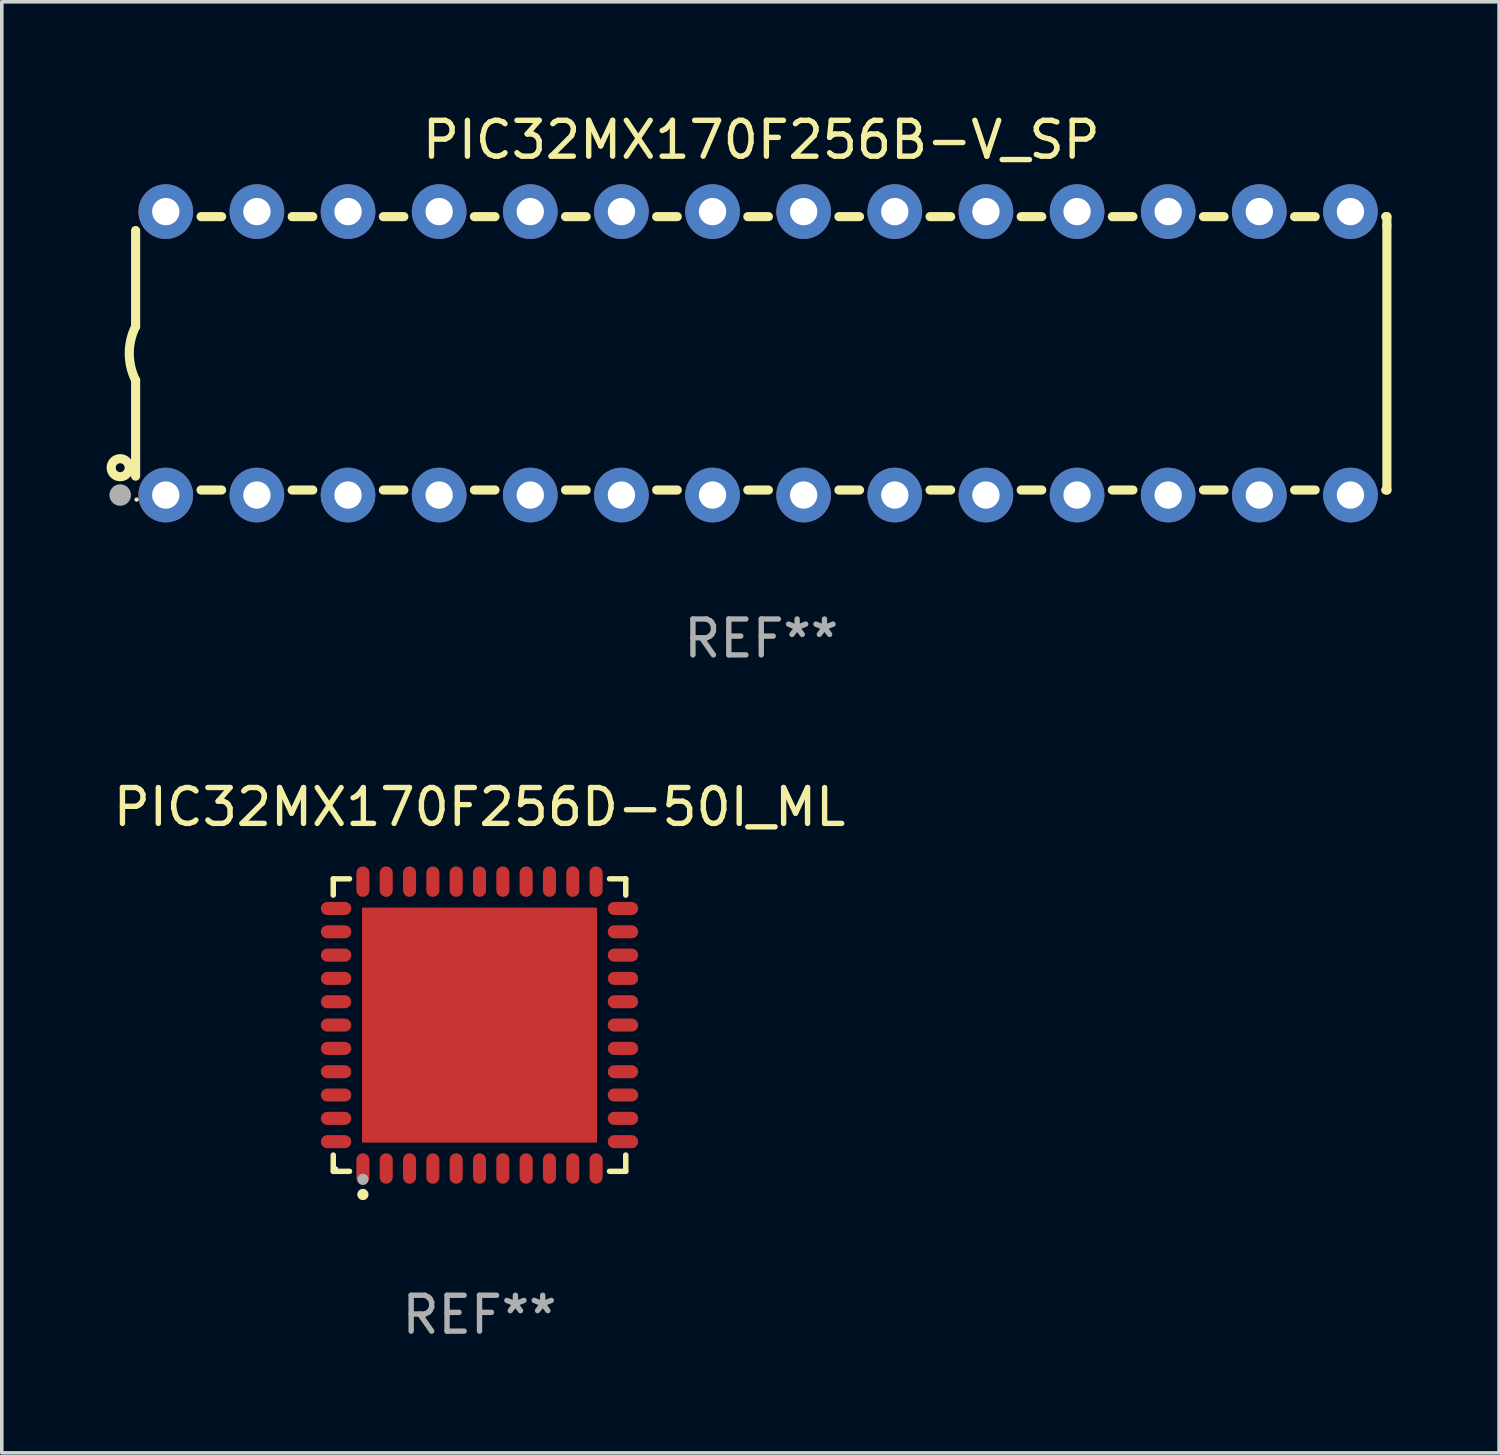
<source format=kicad_pcb>
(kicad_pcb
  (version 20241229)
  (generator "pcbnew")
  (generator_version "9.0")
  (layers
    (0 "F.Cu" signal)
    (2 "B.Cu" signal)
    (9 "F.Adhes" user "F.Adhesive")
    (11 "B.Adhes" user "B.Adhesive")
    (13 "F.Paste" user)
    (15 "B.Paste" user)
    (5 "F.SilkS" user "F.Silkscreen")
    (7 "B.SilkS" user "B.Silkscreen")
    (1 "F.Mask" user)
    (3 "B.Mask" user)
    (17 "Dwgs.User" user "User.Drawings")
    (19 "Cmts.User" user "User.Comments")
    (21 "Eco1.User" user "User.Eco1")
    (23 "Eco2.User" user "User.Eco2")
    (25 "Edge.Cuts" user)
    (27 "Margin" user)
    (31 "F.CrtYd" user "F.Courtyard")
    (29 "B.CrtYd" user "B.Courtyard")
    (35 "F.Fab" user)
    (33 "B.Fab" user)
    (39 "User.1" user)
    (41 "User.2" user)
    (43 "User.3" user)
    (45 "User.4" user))
  (footprint "PIC32MX170F256D-50I_ML"
    (layer "F.Cu")
    (at 10.315 25.521)
    (property "Reference" "PIC32MX170F256D-50I_ML" (at 0 -6.076 0) (layer "F.SilkS") (effects (font (size 1 1) (thickness 0.15))))
    (attr through_hole)
    (fp_line (start -4.076 -4.076) (end -3.623 -4.076) (stroke (width 0.152) (type solid)) (layer "F.SilkS"))
    (fp_line (start -4.076 -3.623) (end -4.076 -4.076) (stroke (width 0.152) (type solid)) (layer "F.SilkS"))
    (fp_line (start -4.076 3.623) (end -4.076 4.076) (stroke (width 0.152) (type solid)) (layer "F.SilkS"))
    (fp_line (start -4.076 4.076) (end -3.623 4.076) (stroke (width 0.152) (type solid)) (layer "F.SilkS"))
    (fp_line (start 4.076 -4.076) (end 3.623 -4.076) (stroke (width 0.152) (type solid)) (layer "F.SilkS"))
    (fp_line (start 4.076 -3.623) (end 4.076 -4.076) (stroke (width 0.152) (type solid)) (layer "F.SilkS"))
    (fp_line (start 4.076 3.623) (end 4.076 4.076) (stroke (width 0.152) (type solid)) (layer "F.SilkS"))
    (fp_line (start 4.076 4.076) (end 3.623 4.076) (stroke (width 0.152) (type solid)) (layer "F.SilkS"))
    (fp_circle (center -4 4) (end -3.97 4) (stroke (width 0.06) (type solid)) (fill no) (layer "F.SilkS"))
    (fp_circle (center -3.25 4.722) (end -3.171 4.722) (stroke (width 0.158) (type solid)) (fill no) (layer "F.SilkS"))
    (fp_circle (center -3.25 4.3) (end -3.171 4.3) (stroke (width 0.158) (type solid)) (fill no) (layer "F.Fab"))
    (fp_text user "REF**" (at 0 8.076 0) (layer "F.Fab") (effects (font (size 1 1) (thickness 0.15))))
    (pad "1" smd oval (at -3.25 3.998) (size 0.364 0.847) (layers "F.Cu" "F.Mask" "F.Paste"))
    (pad "2" smd oval (at -2.6 3.998) (size 0.364 0.847) (layers "F.Cu" "F.Mask" "F.Paste"))
    (pad "3" smd oval (at -1.95 3.998) (size 0.364 0.847) (layers "F.Cu" "F.Mask" "F.Paste"))
    (pad "4" smd oval (at -1.3 3.998) (size 0.364 0.847) (layers "F.Cu" "F.Mask" "F.Paste"))
    (pad "5" smd oval (at -0.65 3.998) (size 0.364 0.847) (layers "F.Cu" "F.Mask" "F.Paste"))
    (pad "6" smd oval (at 0 3.998) (size 0.364 0.847) (layers "F.Cu" "F.Mask" "F.Paste"))
    (pad "7" smd oval (at 0.65 3.998) (size 0.364 0.847) (layers "F.Cu" "F.Mask" "F.Paste"))
    (pad "8" smd oval (at 1.3 3.998) (size 0.364 0.847) (layers "F.Cu" "F.Mask" "F.Paste"))
    (pad "9" smd oval (at 1.95 3.998) (size 0.364 0.847) (layers "F.Cu" "F.Mask" "F.Paste"))
    (pad "10" smd oval (at 2.6 3.998) (size 0.364 0.847) (layers "F.Cu" "F.Mask" "F.Paste"))
    (pad "11" smd oval (at 3.25 3.998) (size 0.364 0.847) (layers "F.Cu" "F.Mask" "F.Paste"))
    (pad "12" smd oval (at 3.998 3.25) (size 0.847 0.364) (layers "F.Cu" "F.Mask" "F.Paste"))
    (pad "13" smd oval (at 3.998 2.6) (size 0.847 0.364) (layers "F.Cu" "F.Mask" "F.Paste"))
    (pad "14" smd oval (at 3.998 1.95) (size 0.847 0.364) (layers "F.Cu" "F.Mask" "F.Paste"))
    (pad "15" smd oval (at 3.998 1.3) (size 0.847 0.364) (layers "F.Cu" "F.Mask" "F.Paste"))
    (pad "16" smd oval (at 3.998 0.65) (size 0.847 0.364) (layers "F.Cu" "F.Mask" "F.Paste"))
    (pad "17" smd oval (at 3.998 0) (size 0.847 0.364) (layers "F.Cu" "F.Mask" "F.Paste"))
    (pad "18" smd oval (at 3.998 -0.65) (size 0.847 0.364) (layers "F.Cu" "F.Mask" "F.Paste"))
    (pad "19" smd oval (at 3.998 -1.3) (size 0.847 0.364) (layers "F.Cu" "F.Mask" "F.Paste"))
    (pad "20" smd oval (at 3.998 -1.95) (size 0.847 0.364) (layers "F.Cu" "F.Mask" "F.Paste"))
    (pad "21" smd oval (at 3.998 -2.6) (size 0.847 0.364) (layers "F.Cu" "F.Mask" "F.Paste"))
    (pad "22" smd oval (at 3.998 -3.25) (size 0.847 0.364) (layers "F.Cu" "F.Mask" "F.Paste"))
    (pad "23" smd oval (at 3.25 -3.998) (size 0.364 0.847) (layers "F.Cu" "F.Mask" "F.Paste"))
    (pad "24" smd oval (at 2.6 -3.998) (size 0.364 0.847) (layers "F.Cu" "F.Mask" "F.Paste"))
    (pad "25" smd oval (at 1.95 -3.998) (size 0.364 0.847) (layers "F.Cu" "F.Mask" "F.Paste"))
    (pad "26" smd oval (at 1.3 -3.998) (size 0.364 0.847) (layers "F.Cu" "F.Mask" "F.Paste"))
    (pad "27" smd oval (at 0.65 -3.998) (size 0.364 0.847) (layers "F.Cu" "F.Mask" "F.Paste"))
    (pad "28" smd oval (at 0 -3.998) (size 0.364 0.847) (layers "F.Cu" "F.Mask" "F.Paste"))
    (pad "29" smd oval (at -0.65 -3.998) (size 0.364 0.847) (layers "F.Cu" "F.Mask" "F.Paste"))
    (pad "30" smd oval (at -1.3 -3.998) (size 0.364 0.847) (layers "F.Cu" "F.Mask" "F.Paste"))
    (pad "31" smd oval (at -1.95 -3.998) (size 0.364 0.847) (layers "F.Cu" "F.Mask" "F.Paste"))
    (pad "32" smd oval (at -2.6 -3.998) (size 0.364 0.847) (layers "F.Cu" "F.Mask" "F.Paste"))
    (pad "33" smd oval (at -3.25 -3.998) (size 0.364 0.847) (layers "F.Cu" "F.Mask" "F.Paste"))
    (pad "34" smd oval (at -3.998 -3.25) (size 0.847 0.364) (layers "F.Cu" "F.Mask" "F.Paste"))
    (pad "35" smd oval (at -3.998 -2.6) (size 0.847 0.364) (layers "F.Cu" "F.Mask" "F.Paste"))
    (pad "36" smd oval (at -3.998 -1.95) (size 0.847 0.364) (layers "F.Cu" "F.Mask" "F.Paste"))
    (pad "37" smd oval (at -3.998 -1.3) (size 0.847 0.364) (layers "F.Cu" "F.Mask" "F.Paste"))
    (pad "38" smd oval (at -3.998 -0.65) (size 0.847 0.364) (layers "F.Cu" "F.Mask" "F.Paste"))
    (pad "39" smd oval (at -3.998 0) (size 0.847 0.364) (layers "F.Cu" "F.Mask" "F.Paste"))
    (pad "40" smd oval (at -3.998 0.65) (size 0.847 0.364) (layers "F.Cu" "F.Mask" "F.Paste"))
    (pad "41" smd oval (at -3.998 1.3) (size 0.847 0.364) (layers "F.Cu" "F.Mask" "F.Paste"))
    (pad "42" smd oval (at -3.998 1.95) (size 0.847 0.364) (layers "F.Cu" "F.Mask" "F.Paste"))
    (pad "43" smd oval (at -3.998 2.6) (size 0.847 0.364) (layers "F.Cu" "F.Mask" "F.Paste"))
    (pad "44" smd oval (at -3.998 3.25) (size 0.847 0.364) (layers "F.Cu" "F.Mask" "F.Paste"))
    (pad "45" smd rect (at 0 0) (size 6.55 6.55) (layers "F.Cu" "F.Mask" "F.Paste")))
  (footprint "PIC32MX170F256B-V_SP"
    (layer "F.Cu")
    (at 18.168 6.798)
    (property "Reference" "PIC32MX170F256B-V_SP" (at 0 -5.95 0) (layer "F.SilkS") (effects (font (size 1 1) (thickness 0.15))))
    (attr through_hole)
    (fp_line (start -17.438 0.75) (end -17.438 3.423) (stroke (width 0.254) (type solid)) (layer "F.SilkS"))
    (fp_line (start -17.438 -3.423) (end -17.438 -0.75) (stroke (width 0.254) (type solid)) (layer "F.SilkS"))
    (fp_line (start -15.615 3.81) (end -15.041 3.81) (stroke (width 0.254) (type solid)) (layer "F.SilkS"))
    (fp_line (start -15.041 -3.81) (end -15.614 -3.81) (stroke (width 0.254) (type solid)) (layer "F.SilkS"))
    (fp_line (start -13.075 3.81) (end -12.501 3.81) (stroke (width 0.254) (type solid)) (layer "F.SilkS"))
    (fp_line (start -12.501 -3.81) (end -13.074 -3.81) (stroke (width 0.254) (type solid)) (layer "F.SilkS"))
    (fp_line (start -10.535 3.81) (end -9.961 3.81) (stroke (width 0.254) (type solid)) (layer "F.SilkS"))
    (fp_line (start -9.961 -3.81) (end -10.534 -3.81) (stroke (width 0.254) (type solid)) (layer "F.SilkS"))
    (fp_line (start -7.995 3.81) (end -7.421 3.81) (stroke (width 0.254) (type solid)) (layer "F.SilkS"))
    (fp_line (start -7.421 -3.81) (end -7.995 -3.81) (stroke (width 0.254) (type solid)) (layer "F.SilkS"))
    (fp_line (start -5.455 3.81) (end -4.881 3.81) (stroke (width 0.254) (type solid)) (layer "F.SilkS"))
    (fp_line (start -4.881 -3.81) (end -5.455 -3.81) (stroke (width 0.254) (type solid)) (layer "F.SilkS"))
    (fp_line (start -2.915 3.81) (end -2.341 3.81) (stroke (width 0.254) (type solid)) (layer "F.SilkS"))
    (fp_line (start -2.341 -3.81) (end -2.915 -3.81) (stroke (width 0.254) (type solid)) (layer "F.SilkS"))
    (fp_line (start -0.375 3.81) (end 0.199 3.81) (stroke (width 0.254) (type solid)) (layer "F.SilkS"))
    (fp_line (start 0.199 -3.81) (end -0.375 -3.81) (stroke (width 0.254) (type solid)) (layer "F.SilkS"))
    (fp_line (start 2.165 3.81) (end 2.739 3.81) (stroke (width 0.254) (type solid)) (layer "F.SilkS"))
    (fp_line (start 2.739 -3.81) (end 2.165 -3.81) (stroke (width 0.254) (type solid)) (layer "F.SilkS"))
    (fp_line (start 4.705 3.81) (end 5.279 3.81) (stroke (width 0.254) (type solid)) (layer "F.SilkS"))
    (fp_line (start 5.279 -3.81) (end 4.705 -3.81) (stroke (width 0.254) (type solid)) (layer "F.SilkS"))
    (fp_line (start 7.245 3.81) (end 7.819 3.81) (stroke (width 0.254) (type solid)) (layer "F.SilkS"))
    (fp_line (start 7.819 -3.81) (end 7.245 -3.81) (stroke (width 0.254) (type solid)) (layer "F.SilkS"))
    (fp_line (start 9.785 3.81) (end 10.359 3.81) (stroke (width 0.254) (type solid)) (layer "F.SilkS"))
    (fp_line (start 10.359 -3.81) (end 9.785 -3.81) (stroke (width 0.254) (type solid)) (layer "F.SilkS"))
    (fp_line (start 12.325 3.81) (end 12.899 3.81) (stroke (width 0.254) (type solid)) (layer "F.SilkS"))
    (fp_line (start 12.899 -3.81) (end 12.325 -3.81) (stroke (width 0.254) (type solid)) (layer "F.SilkS"))
    (fp_line (start 14.865 3.81) (end 15.439 3.81) (stroke (width 0.254) (type solid)) (layer "F.SilkS"))
    (fp_line (start 15.439 -3.81) (end 14.865 -3.81) (stroke (width 0.254) (type solid)) (layer "F.SilkS"))
    (fp_line (start 17.405 3.81) (end 17.438 3.81) (stroke (width 0.254) (type solid)) (layer "F.SilkS"))
    (fp_line (start 17.438 -3.81) (end 17.405 -3.81) (stroke (width 0.254) (type solid)) (layer "F.SilkS"))
    (fp_line (start 17.438 -3.556) (end 17.438 -3.81) (stroke (width 0.254) (type solid)) (layer "F.SilkS"))
    (fp_line (start 17.438 3.81) (end 17.438 -3.556) (stroke (width 0.254) (type solid)) (layer "F.SilkS"))
    (fp_arc (start -17.437986 0.749657) (mid -17.614887 -0.000024) (end -17.437783 -0.749657) (stroke (width 0.254001) (type solid)) (layer "F.SilkS"))
    (fp_circle (center -17.868 3.188) (end -17.743 3.188) (stroke (width 0.254) (type solid)) (fill no) (layer "F.SilkS"))
    (fp_circle (center -17.411 4.077) (end -17.381 4.077) (stroke (width 0.06) (type solid)) (fill no) (layer "F.SilkS"))
    (fp_circle (center -17.868 3.95) (end -17.718 3.95) (stroke (width 0.3) (type solid)) (fill no) (layer "F.Fab"))
    (fp_text user "REF**" (at 0 7.95 0) (layer "F.Fab") (effects (font (size 1 1) (thickness 0.15))))
    (pad "1" thru_hole circle (at -16.598 3.95) (size 1.524 1.524) (drill 0.762) (layers "*.Cu" "*.Mask"))
    (pad "2" thru_hole circle (at -14.058 3.95) (size 1.524 1.524) (drill 0.762) (layers "*.Cu" "*.Mask"))
    (pad "3" thru_hole circle (at -11.518 3.95) (size 1.524 1.524) (drill 0.762) (layers "*.Cu" "*.Mask"))
    (pad "4" thru_hole circle (at -8.978 3.95) (size 1.524 1.524) (drill 0.762) (layers "*.Cu" "*.Mask"))
    (pad "5" thru_hole circle (at -6.438 3.95) (size 1.524 1.524) (drill 0.762) (layers "*.Cu" "*.Mask"))
    (pad "6" thru_hole circle (at -3.898 3.95) (size 1.524 1.524) (drill 0.762) (layers "*.Cu" "*.Mask"))
    (pad "7" thru_hole circle (at -1.358 3.95) (size 1.524 1.524) (drill 0.762) (layers "*.Cu" "*.Mask"))
    (pad "8" thru_hole circle (at 1.182 3.95) (size 1.524 1.524) (drill 0.762) (layers "*.Cu" "*.Mask"))
    (pad "9" thru_hole circle (at 3.722 3.95) (size 1.524 1.524) (drill 0.762) (layers "*.Cu" "*.Mask"))
    (pad "10" thru_hole circle (at 6.262 3.95) (size 1.524 1.524) (drill 0.762) (layers "*.Cu" "*.Mask"))
    (pad "11" thru_hole circle (at 8.802 3.95) (size 1.524 1.524) (drill 0.762) (layers "*.Cu" "*.Mask"))
    (pad "12" thru_hole circle (at 11.342 3.95) (size 1.524 1.524) (drill 0.762) (layers "*.Cu" "*.Mask"))
    (pad "13" thru_hole circle (at 13.882 3.95) (size 1.524 1.524) (drill 0.762) (layers "*.Cu" "*.Mask"))
    (pad "14" thru_hole circle (at 16.422 3.95) (size 1.524 1.524) (drill 0.762) (layers "*.Cu" "*.Mask"))
    (pad "15" thru_hole circle (at 16.422 -3.95) (size 1.524 1.524) (drill 0.762) (layers "*.Cu" "*.Mask"))
    (pad "16" thru_hole circle (at 13.882 -3.95) (size 1.524 1.524) (drill 0.762) (layers "*.Cu" "*.Mask"))
    (pad "17" thru_hole circle (at 11.342 -3.95) (size 1.524 1.524) (drill 0.762) (layers "*.Cu" "*.Mask"))
    (pad "18" thru_hole circle (at 8.802 -3.95) (size 1.524 1.524) (drill 0.762) (layers "*.Cu" "*.Mask"))
    (pad "19" thru_hole circle (at 6.262 -3.95) (size 1.524 1.524) (drill 0.762) (layers "*.Cu" "*.Mask"))
    (pad "20" thru_hole circle (at 3.722 -3.95) (size 1.524 1.524) (drill 0.762) (layers "*.Cu" "*.Mask"))
    (pad "21" thru_hole circle (at 1.182 -3.95) (size 1.524 1.524) (drill 0.762) (layers "*.Cu" "*.Mask"))
    (pad "22" thru_hole circle (at -1.358 -3.95) (size 1.524 1.524) (drill 0.762) (layers "*.Cu" "*.Mask"))
    (pad "23" thru_hole circle (at -3.898 -3.95) (size 1.524 1.524) (drill 0.762) (layers "*.Cu" "*.Mask"))
    (pad "24" thru_hole circle (at -6.438 -3.95) (size 1.524 1.524) (drill 0.762) (layers "*.Cu" "*.Mask"))
    (pad "25" thru_hole circle (at -8.978 -3.95) (size 1.524 1.524) (drill 0.762) (layers "*.Cu" "*.Mask"))
    (pad "26" thru_hole circle (at -11.517 -3.95) (size 1.524 1.524) (drill 0.762) (layers "*.Cu" "*.Mask"))
    (pad "27" thru_hole circle (at -14.057 -3.95) (size 1.524 1.524) (drill 0.762) (layers "*.Cu" "*.Mask"))
    (pad "28" thru_hole circle (at -16.597 -3.95) (size 1.524 1.524) (drill 0.762) (layers "*.Cu" "*.Mask")))
  (gr_rect
    (start -3 -3)
    (end 38.733 37.445)
    (stroke (width 0.1) (type default))
    (fill no)
    (layer "Edge.Cuts")))
</source>
